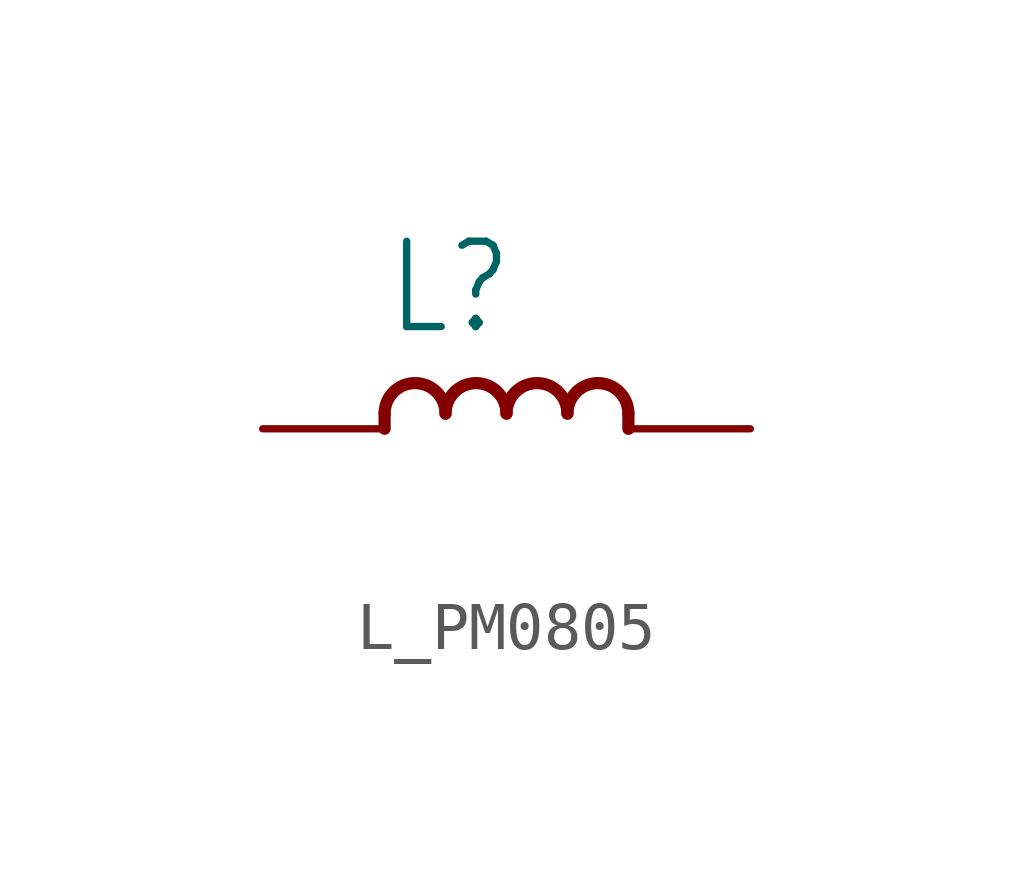
<source format=kicad_sym>
(kicad_symbol_lib
  (version 20220914)
  (generator kicad_symbol_editor)
  (symbol "L_PM0805"
    (property "Reference" "L"
      (at -2.54 1.905 0)
      (effects (font (size 1.778 1.511)) (justify left bottom)))
    (property "Value" ""
      (at -2.54 -2.54 0)
      (effects (font (size 1.778 1.511)) (justify left bottom)))
    (property "ki_locked" ""
      (at 0 0 0)
      (effects (font (size 1.27 1.27))))
    (symbol "L_PM0805_1_0"
      (arc (start -1.27 0.3173) (mid -1.9049 0.9497) (end -2.54 0.3175) (stroke (width 0.254) (type solid)) (fill (type none)))
      (polyline (pts (xy -2.54 0.318) (xy -2.54 0)) (stroke (width 0.254) (type solid)) (fill (type none)))
      (polyline (pts (xy 2.54 0.318) (xy 2.54 0)) (stroke (width 0.254) (type solid)) (fill (type none)))
      (arc (start 0 0.3173) (mid -0.6349 0.9497) (end -1.27 0.3175) (stroke (width 0.254) (type solid)) (fill (type none)))
      (arc (start 1.27 0.3173) (mid 0.6351 0.9497) (end 0 0.3175) (stroke (width 0.254) (type solid)) (fill (type none)))
      (arc (start 2.54 0.3173) (mid 1.9051 0.9497) (end 1.27 0.3175) (stroke (width 0.254) (type solid)) (fill (type none)))
      (pin passive line (at 5.08 0 180) (length 2.54) (name "1" (effects (font (size 0 0)))) (number "1" (effects (font (size 0 0)))))
      (pin passive line (at -5.08 0 0) (length 2.54) (name "2" (effects (font (size 0 0)))) (number "2" (effects (font (size 0 0))))))))
</source>
